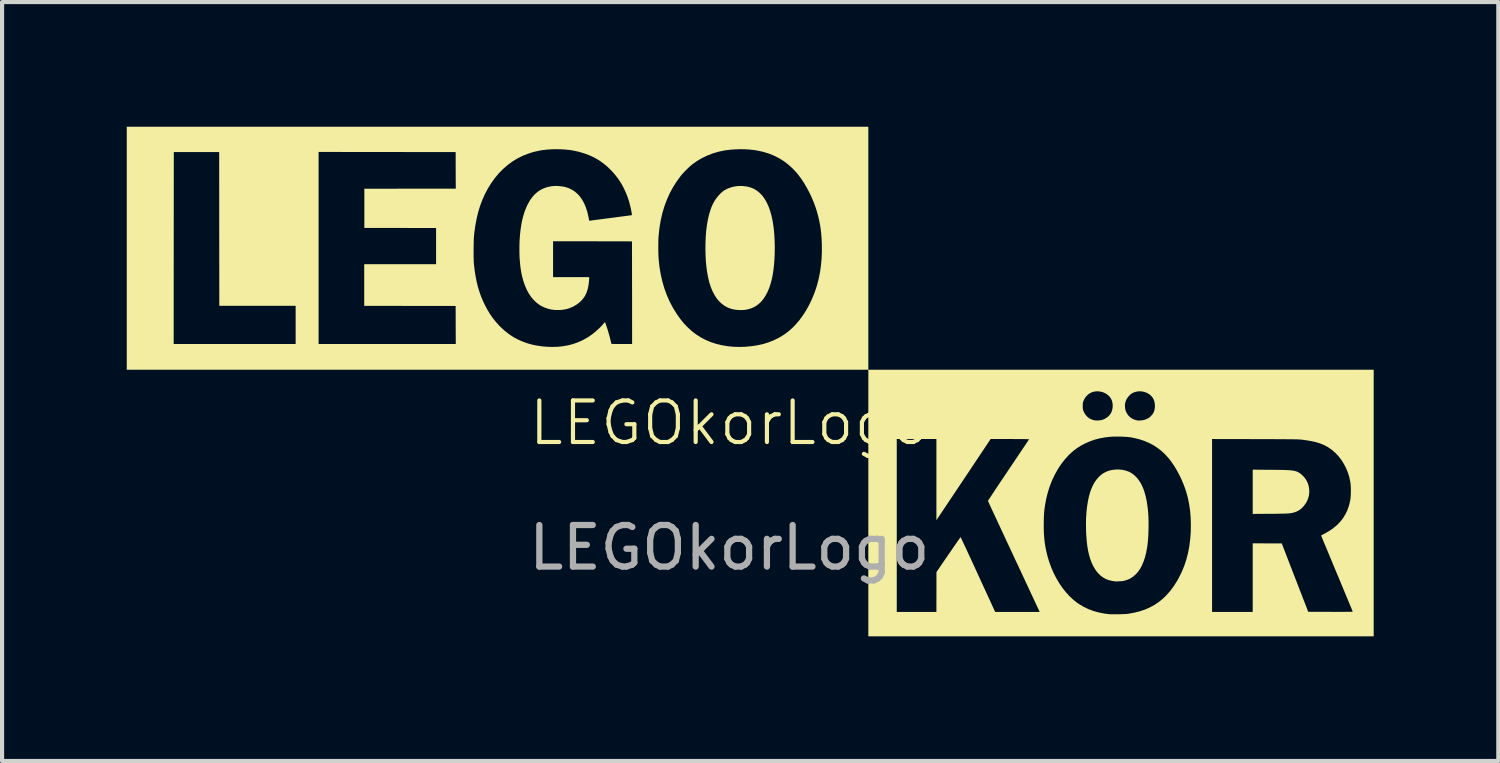
<source format=kicad_pcb>
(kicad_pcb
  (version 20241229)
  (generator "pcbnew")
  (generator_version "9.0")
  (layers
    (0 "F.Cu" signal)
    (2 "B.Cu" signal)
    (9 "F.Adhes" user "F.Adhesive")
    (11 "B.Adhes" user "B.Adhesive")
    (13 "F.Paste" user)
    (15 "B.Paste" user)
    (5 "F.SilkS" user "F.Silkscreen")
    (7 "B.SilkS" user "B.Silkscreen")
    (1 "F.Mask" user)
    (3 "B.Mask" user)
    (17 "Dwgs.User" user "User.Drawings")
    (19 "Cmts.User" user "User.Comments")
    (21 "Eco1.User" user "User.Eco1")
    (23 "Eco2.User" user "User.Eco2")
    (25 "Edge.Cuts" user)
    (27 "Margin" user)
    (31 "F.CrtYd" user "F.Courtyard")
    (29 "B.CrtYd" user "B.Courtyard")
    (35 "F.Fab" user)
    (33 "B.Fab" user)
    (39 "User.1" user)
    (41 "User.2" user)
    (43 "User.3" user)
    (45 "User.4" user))
  (footprint "LEGOkorLogo"
    (layer "F.Cu")
    (at 14.499 7.628)
    (property "Reference" "LEGOkorLogo" (at 0 -0.5 0) (unlocked yes) (layer "F.SilkS") (effects (font (size 1 1) (thickness 0.1))))
    (attr smd)
    (fp_poly (pts (xy 13.012 0.627) (xy 13.101 0.627) (xy 13.179 0.628) (xy 13.248 0.629) (xy 13.307 0.63) (xy 13.358 0.631) (xy 13.402 0.633) (xy 13.44 0.634) (xy 13.474 0.636) (xy 13.503 0.639) (xy 13.53 0.642) (xy 13.555 0.645) (xy 13.579 0.649) (xy 13.603 0.653) (xy 13.608 0.654) (xy 13.658 0.67) (xy 13.708 0.695) (xy 13.757 0.73) (xy 13.804 0.773) (xy 13.847 0.822) (xy 13.884 0.877) (xy 13.918 0.944) (xy 13.941 1.015) (xy 13.953 1.09) (xy 13.955 1.165) (xy 13.947 1.24) (xy 13.928 1.313) (xy 13.9 1.383) (xy 13.866 1.441) (xy 13.816 1.506) (xy 13.762 1.561) (xy 13.704 1.603) (xy 13.641 1.635) (xy 13.596 1.651) (xy 13.574 1.656) (xy 13.553 1.662) (xy 13.532 1.666) (xy 13.509 1.67) (xy 13.485 1.673) (xy 13.458 1.676) (xy 13.426 1.678) (xy 13.39 1.68) (xy 13.347 1.681) (xy 13.298 1.682) (xy 13.24 1.683) (xy 13.174 1.684) (xy 13.097 1.685) (xy 13.01 1.685) (xy 13.006 1.685) (xy 12.594 1.688) (xy 12.594 1.156) (xy 12.594 0.623)) (stroke (width 0) (type solid)) (fill yes) (layer "F.SilkS"))
    (fp_poly (pts (xy 0.403 -6.193) (xy 0.424 -6.19) (xy 0.508 -6.168) (xy 0.587 -6.136) (xy 0.66 -6.093) (xy 0.727 -6.039) (xy 0.789 -5.975) (xy 0.845 -5.9) (xy 0.895 -5.815) (xy 0.94 -5.719) (xy 0.979 -5.613) (xy 1.012 -5.497) (xy 1.04 -5.37) (xy 1.062 -5.232) (xy 1.073 -5.14) (xy 1.084 -5.005) (xy 1.091 -4.867) (xy 1.094 -4.727) (xy 1.092 -4.587) (xy 1.087 -4.45) (xy 1.077 -4.317) (xy 1.063 -4.19) (xy 1.045 -4.071) (xy 1.026 -3.975) (xy 0.995 -3.856) (xy 0.959 -3.747) (xy 0.917 -3.648) (xy 0.869 -3.558) (xy 0.816 -3.479) (xy 0.757 -3.41) (xy 0.693 -3.352) (xy 0.624 -3.304) (xy 0.577 -3.28) (xy 0.526 -3.259) (xy 0.469 -3.241) (xy 0.411 -3.228) (xy 0.383 -3.223) (xy 0.344 -3.219) (xy 0.297 -3.217) (xy 0.247 -3.218) (xy 0.198 -3.22) (xy 0.155 -3.224) (xy 0.14 -3.226) (xy 0.051 -3.245) (xy -0.032 -3.275) (xy -0.109 -3.316) (xy -0.18 -3.367) (xy -0.245 -3.428) (xy -0.305 -3.5) (xy -0.358 -3.583) (xy -0.406 -3.675) (xy -0.448 -3.778) (xy -0.484 -3.891) (xy -0.513 -4.015) (xy -0.537 -4.149) (xy -0.553 -4.271) (xy -0.565 -4.406) (xy -0.572 -4.548) (xy -0.575 -4.694) (xy -0.573 -4.841) (xy -0.567 -4.985) (xy -0.556 -5.122) (xy -0.553 -5.151) (xy -0.536 -5.28) (xy -0.514 -5.402) (xy -0.487 -5.517) (xy -0.455 -5.623) (xy -0.419 -5.719) (xy -0.387 -5.787) (xy -0.353 -5.847) (xy -0.313 -5.907) (xy -0.268 -5.963) (xy -0.22 -6.015) (xy -0.172 -6.06) (xy -0.124 -6.095) (xy -0.117 -6.1) (xy -0.041 -6.14) (xy 0.041 -6.17) (xy 0.128 -6.191) (xy 0.218 -6.202) (xy 0.31 -6.203)) (stroke (width 0) (type solid)) (fill yes) (layer "F.SilkS"))
    (fp_poly (pts (xy 9.389 0.62) (xy 9.467 0.629) (xy 9.542 0.646) (xy 9.612 0.671) (xy 9.676 0.705) (xy 9.698 0.72) (xy 9.76 0.77) (xy 9.817 0.829) (xy 9.867 0.897) (xy 9.913 0.973) (xy 9.953 1.058) (xy 9.987 1.153) (xy 10.017 1.258) (xy 10.042 1.373) (xy 10.061 1.499) (xy 10.07 1.569) (xy 10.079 1.664) (xy 10.085 1.766) (xy 10.088 1.874) (xy 10.088 1.984) (xy 10.086 2.094) (xy 10.082 2.202) (xy 10.075 2.306) (xy 10.066 2.403) (xy 10.054 2.492) (xy 10.052 2.503) (xy 10.029 2.624) (xy 10.001 2.735) (xy 9.967 2.835) (xy 9.929 2.926) (xy 9.886 3.006) (xy 9.837 3.077) (xy 9.793 3.128) (xy 9.732 3.184) (xy 9.668 3.229) (xy 9.599 3.265) (xy 9.523 3.291) (xy 9.488 3.299) (xy 9.467 3.303) (xy 9.438 3.306) (xy 9.404 3.308) (xy 9.368 3.31) (xy 9.334 3.312) (xy 9.305 3.312) (xy 9.282 3.311) (xy 9.275 3.31) (xy 9.261 3.308) (xy 9.241 3.305) (xy 9.217 3.301) (xy 9.216 3.301) (xy 9.136 3.283) (xy 9.061 3.255) (xy 8.991 3.215) (xy 8.925 3.165) (xy 8.865 3.105) (xy 8.811 3.034) (xy 8.762 2.953) (xy 8.751 2.931) (xy 8.714 2.851) (xy 8.682 2.764) (xy 8.655 2.67) (xy 8.632 2.569) (xy 8.614 2.46) (xy 8.6 2.341) (xy 8.59 2.212) (xy 8.585 2.113) (xy 8.582 1.955) (xy 8.584 1.803) (xy 8.593 1.658) (xy 8.607 1.521) (xy 8.627 1.393) (xy 8.652 1.273) (xy 8.683 1.163) (xy 8.709 1.09) (xy 8.748 1.001) (xy 8.794 0.92) (xy 8.846 0.848) (xy 8.904 0.785) (xy 8.966 0.732) (xy 9.013 0.702) (xy 9.08 0.668) (xy 9.153 0.643) (xy 9.23 0.627) (xy 9.309 0.619)) (stroke (width 0) (type solid)) (fill yes) (layer "F.SilkS"))
    (fp_poly (pts (xy 3.345 -4.705) (xy 3.345 -1.782) (xy -5.577 -1.782) (xy -14.499 -1.782) (xy -14.499 -2.4) (xy -13.37 -2.4) (xy -11.903 -2.4) (xy -10.435 -2.4) (xy -10.435 -2.859) (xy -10.435 -3.319) (xy -11.354 -3.319) (xy -12.272 -3.319) (xy -12.274 -5.169) (xy -12.275 -7.019) (xy -12.821 -7.019) (xy -13.367 -7.019) (xy -13.369 -4.71) (xy -13.37 -2.4) (xy -14.499 -2.4) (xy -14.499 -4.705) (xy -14.499 -7.022) (xy -9.883 -7.022) (xy -9.883 -4.711) (xy -9.883 -2.4) (xy -8.233 -2.4) (xy -6.582 -2.4) (xy -6.584 -2.858) (xy -6.585 -3.316) (xy -7.685 -3.317) (xy -8.785 -3.319) (xy -8.785 -3.82) (xy -8.785 -4.321) (xy -7.921 -4.321) (xy -7.056 -4.321) (xy -7.056 -4.628) (xy -6.153 -4.628) (xy -6.153 -4.563) (xy -6.153 -4.501) (xy -6.151 -4.444) (xy -6.15 -4.393) (xy -6.148 -4.352) (xy -6.145 -4.324) (xy -6.128 -4.174) (xy -6.106 -4.034) (xy -6.08 -3.903) (xy -6.05 -3.778) (xy -6.014 -3.66) (xy -5.974 -3.546) (xy -5.927 -3.434) (xy -5.883 -3.341) (xy -5.821 -3.225) (xy -5.757 -3.119) (xy -5.688 -3.02) (xy -5.612 -2.926) (xy -5.529 -2.835) (xy -5.508 -2.814) (xy -5.409 -2.722) (xy -5.306 -2.641) (xy -5.199 -2.569) (xy -5.086 -2.508) (xy -4.967 -2.456) (xy -4.841 -2.412) (xy -4.716 -2.379) (xy -4.61 -2.359) (xy -4.497 -2.343) (xy -4.381 -2.334) (xy -4.266 -2.33) (xy -4.155 -2.333) (xy -4.124 -2.334) (xy -3.998 -2.348) (xy -3.88 -2.369) (xy -3.767 -2.398) (xy -3.657 -2.436) (xy -3.548 -2.483) (xy -3.52 -2.497) (xy -3.413 -2.557) (xy -3.309 -2.627) (xy -3.208 -2.708) (xy -3.113 -2.796) (xy -3.053 -2.86) (xy -2.991 -2.929) (xy -2.974 -2.882) (xy -2.954 -2.824) (xy -2.932 -2.758) (xy -2.911 -2.688) (xy -2.89 -2.616) (xy -2.872 -2.547) (xy -2.857 -2.484) (xy -2.855 -2.478) (xy -2.849 -2.453) (xy -2.844 -2.43) (xy -2.841 -2.415) (xy -2.839 -2.411) (xy -2.838 -2.408) (xy -2.835 -2.406) (xy -2.828 -2.404) (xy -2.818 -2.403) (xy -2.803 -2.402) (xy -2.781 -2.401) (xy -2.752 -2.401) (xy -2.715 -2.4) (xy -2.668 -2.4) (xy -2.61 -2.4) (xy -2.588 -2.4) (xy -2.339 -2.4) (xy -2.34 -3.635) (xy -2.342 -4.746) (xy -1.709 -4.746) (xy -1.709 -4.677) (xy -1.708 -4.609) (xy -1.706 -4.544) (xy -1.703 -4.487) (xy -1.7 -4.438) (xy -1.7 -4.438) (xy -1.68 -4.25) (xy -1.649 -4.07) (xy -1.609 -3.896) (xy -1.56 -3.729) (xy -1.5 -3.567) (xy -1.431 -3.412) (xy -1.351 -3.262) (xy -1.263 -3.121) (xy -1.179 -3.002) (xy -1.091 -2.894) (xy -0.998 -2.797) (xy -0.9 -2.709) (xy -0.797 -2.63) (xy -0.687 -2.56) (xy -0.686 -2.56) (xy -0.571 -2.499) (xy -0.448 -2.447) (xy -0.319 -2.405) (xy -0.184 -2.372) (xy -0.043 -2.348) (xy 0.103 -2.334) (xy 0.253 -2.33) (xy 0.38 -2.334) (xy 0.534 -2.348) (xy 0.679 -2.37) (xy 0.818 -2.401) (xy 0.949 -2.442) (xy 1.074 -2.492) (xy 1.193 -2.551) (xy 1.306 -2.619) (xy 1.414 -2.698) (xy 1.424 -2.706) (xy 1.516 -2.786) (xy 1.604 -2.877) (xy 1.689 -2.977) (xy 1.769 -3.087) (xy 1.845 -3.204) (xy 1.914 -3.328) (xy 1.978 -3.459) (xy 2.035 -3.594) (xy 2.085 -3.733) (xy 2.114 -3.829) (xy 2.153 -3.98) (xy 2.183 -4.133) (xy 2.205 -4.29) (xy 2.22 -4.453) (xy 2.227 -4.622) (xy 2.227 -4.783) (xy 2.221 -4.933) (xy 2.21 -5.074) (xy 2.193 -5.21) (xy 2.169 -5.342) (xy 2.139 -5.474) (xy 2.102 -5.606) (xy 2.084 -5.665) (xy 2.038 -5.793) (xy 1.985 -5.921) (xy 1.926 -6.046) (xy 1.861 -6.168) (xy 1.792 -6.284) (xy 1.72 -6.392) (xy 1.645 -6.491) (xy 1.614 -6.527) (xy 1.519 -6.628) (xy 1.418 -6.719) (xy 1.31 -6.801) (xy 1.196 -6.872) (xy 1.074 -6.933) (xy 0.947 -6.984) (xy 0.812 -7.025) (xy 0.671 -7.056) (xy 0.607 -7.066) (xy 0.498 -7.079) (xy 0.382 -7.086) (xy 0.261 -7.088) (xy 0.14 -7.084) (xy 0.02 -7.075) (xy -0.093 -7.061) (xy -0.13 -7.055) (xy -0.269 -7.025) (xy -0.405 -6.984) (xy -0.535 -6.933) (xy -0.661 -6.872) (xy -0.78 -6.802) (xy -0.892 -6.722) (xy -0.904 -6.712) (xy -0.938 -6.684) (xy -0.976 -6.649) (xy -1.017 -6.609) (xy -1.059 -6.567) (xy -1.099 -6.525) (xy -1.135 -6.486) (xy -1.164 -6.451) (xy -1.167 -6.448) (xy -1.265 -6.314) (xy -1.354 -6.175) (xy -1.433 -6.029) (xy -1.501 -5.877) (xy -1.56 -5.719) (xy -1.61 -5.554) (xy -1.649 -5.383) (xy -1.68 -5.204) (xy -1.7 -5.018) (xy -1.703 -4.984) (xy -1.706 -4.936) (xy -1.708 -4.879) (xy -1.709 -4.815) (xy -1.709 -4.746) (xy -2.342 -4.746) (xy -2.342 -4.87) (xy -3.292 -4.872) (xy -4.241 -4.873) (xy -4.241 -4.441) (xy -4.241 -4.009) (xy -3.806 -4.009) (xy -3.371 -4.009) (xy -3.371 -3.992) (xy -3.372 -3.98) (xy -3.373 -3.959) (xy -3.375 -3.931) (xy -3.377 -3.904) (xy -3.389 -3.806) (xy -3.408 -3.718) (xy -3.435 -3.638) (xy -3.469 -3.565) (xy -3.512 -3.5) (xy -3.563 -3.441) (xy -3.623 -3.387) (xy -3.677 -3.348) (xy -3.758 -3.3) (xy -3.842 -3.264) (xy -3.929 -3.238) (xy -4.021 -3.223) (xy -4.086 -3.218) (xy -4.189 -3.219) (xy -4.288 -3.231) (xy -4.381 -3.254) (xy -4.468 -3.287) (xy -4.55 -3.33) (xy -4.626 -3.384) (xy -4.696 -3.448) (xy -4.761 -3.522) (xy -4.819 -3.606) (xy -4.871 -3.7) (xy -4.916 -3.804) (xy -4.956 -3.917) (xy -4.989 -4.04) (xy -5.004 -4.114) (xy -5.023 -4.224) (xy -5.036 -4.344) (xy -5.046 -4.47) (xy -5.051 -4.601) (xy -5.051 -4.734) (xy -5.048 -4.868) (xy -5.039 -5) (xy -5.026 -5.128) (xy -5.009 -5.248) (xy -4.987 -5.368) (xy -4.959 -5.478) (xy -4.927 -5.582) (xy -4.889 -5.68) (xy -4.85 -5.763) (xy -4.799 -5.853) (xy -4.742 -5.934) (xy -4.68 -6.003) (xy -4.611 -6.063) (xy -4.537 -6.112) (xy -4.456 -6.15) (xy -4.369 -6.179) (xy -4.276 -6.197) (xy -4.22 -6.203) (xy -4.177 -6.204) (xy -4.125 -6.202) (xy -4.071 -6.198) (xy -4.017 -6.191) (xy -3.968 -6.182) (xy -3.953 -6.179) (xy -3.868 -6.152) (xy -3.79 -6.115) (xy -3.717 -6.068) (xy -3.651 -6.011) (xy -3.591 -5.944) (xy -3.538 -5.867) (xy -3.491 -5.781) (xy -3.451 -5.685) (xy -3.417 -5.579) (xy -3.39 -5.465) (xy -3.389 -5.458) (xy -3.384 -5.43) (xy -3.379 -5.405) (xy -3.375 -5.387) (xy -3.374 -5.378) (xy -3.369 -5.368) (xy -3.36 -5.367) (xy -3.354 -5.368) (xy -3.346 -5.369) (xy -3.327 -5.371) (xy -3.297 -5.375) (xy -3.259 -5.381) (xy -3.212 -5.387) (xy -3.158 -5.394) (xy -3.097 -5.402) (xy -3.031 -5.41) (xy -2.961 -5.42) (xy -2.886 -5.429) (xy -2.846 -5.435) (xy -2.77 -5.444) (xy -2.698 -5.454) (xy -2.63 -5.463) (xy -2.568 -5.471) (xy -2.511 -5.478) (xy -2.461 -5.485) (xy -2.419 -5.49) (xy -2.386 -5.495) (xy -2.362 -5.498) (xy -2.349 -5.5) (xy -2.347 -5.5) (xy -2.345 -5.507) (xy -2.345 -5.524) (xy -2.349 -5.549) (xy -2.354 -5.581) (xy -2.361 -5.619) (xy -2.37 -5.661) (xy -2.38 -5.705) (xy -2.391 -5.75) (xy -2.403 -5.795) (xy -2.415 -5.837) (xy -2.417 -5.845) (xy -2.451 -5.946) (xy -2.492 -6.048) (xy -2.538 -6.148) (xy -2.588 -6.242) (xy -2.617 -6.29) (xy -2.685 -6.391) (xy -2.761 -6.488) (xy -2.845 -6.58) (xy -2.933 -6.666) (xy -3.026 -6.743) (xy -3.121 -6.811) (xy -3.155 -6.833) (xy -3.263 -6.893) (xy -3.379 -6.946) (xy -3.502 -6.991) (xy -3.629 -7.028) (xy -3.759 -7.056) (xy -3.821 -7.066) (xy -3.925 -7.078) (xy -4.035 -7.085) (xy -4.149 -7.088) (xy -4.264 -7.086) (xy -4.375 -7.079) (xy -4.482 -7.068) (xy -4.566 -7.054) (xy -4.709 -7.022) (xy -4.846 -6.979) (xy -4.978 -6.926) (xy -5.105 -6.862) (xy -5.225 -6.788) (xy -5.339 -6.703) (xy -5.448 -6.608) (xy -5.55 -6.504) (xy -5.645 -6.389) (xy -5.733 -6.266) (xy -5.811 -6.139) (xy -5.881 -6.007) (xy -5.942 -5.87) (xy -5.996 -5.727) (xy -6.042 -5.577) (xy -6.08 -5.419) (xy -6.111 -5.253) (xy -6.136 -5.078) (xy -6.142 -5.017) (xy -6.145 -4.981) (xy -6.148 -4.936) (xy -6.15 -4.883) (xy -6.151 -4.823) (xy -6.152 -4.76) (xy -6.153 -4.694) (xy -6.153 -4.628) (xy -7.056 -4.628) (xy -7.056 -4.756) (xy -7.056 -5.191) (xy -7.919 -5.193) (xy -8.782 -5.194) (xy -8.782 -5.665) (xy -8.782 -6.136) (xy -7.682 -6.138) (xy -6.582 -6.139) (xy -6.584 -6.579) (xy -6.585 -7.019) (xy -8.234 -7.02) (xy -9.883 -7.022) (xy -14.499 -7.022) (xy -14.499 -7.628) (xy -5.577 -7.628) (xy 3.345 -7.628)) (stroke (width 0) (type solid)) (fill yes) (layer "F.SilkS"))
    (fp_poly (pts (xy 15.505 1.426) (xy 15.505 4.634) (xy 9.425 4.634) (xy 3.345 4.634) (xy 3.345 1.426) (xy 3.345 -0.114) (xy 4.029 -0.114) (xy 4.029 1.966) (xy 4.029 4.046) (xy 4.506 4.046) (xy 4.983 4.046) (xy 4.984 3.567) (xy 4.984 3.088) (xy 5.271 2.668) (xy 5.315 2.605) (xy 5.357 2.544) (xy 5.396 2.487) (xy 5.433 2.434) (xy 5.466 2.386) (xy 5.495 2.344) (xy 5.52 2.309) (xy 5.539 2.281) (xy 5.554 2.261) (xy 5.562 2.249) (xy 5.564 2.247) (xy 5.568 2.252) (xy 5.575 2.267) (xy 5.588 2.293) (xy 5.604 2.327) (xy 5.624 2.37) (xy 5.648 2.421) (xy 5.676 2.48) (xy 5.707 2.546) (xy 5.74 2.618) (xy 5.776 2.696) (xy 5.815 2.779) (xy 5.855 2.867) (xy 5.898 2.959) (xy 5.941 3.054) (xy 5.983 3.145) (xy 6.397 4.046) (xy 6.932 4.046) (xy 7.468 4.046) (xy 7.453 4.014) (xy 7.45 4.006) (xy 7.441 3.987) (xy 7.428 3.959) (xy 7.41 3.921) (xy 7.388 3.874) (xy 7.362 3.819) (xy 7.333 3.755) (xy 7.3 3.685) (xy 7.263 3.607) (xy 7.224 3.523) (xy 7.182 3.432) (xy 7.137 3.337) (xy 7.09 3.236) (xy 7.041 3.13) (xy 6.99 3.021) (xy 6.937 2.908) (xy 6.882 2.792) (xy 6.832 2.683) (xy 6.777 2.565) (xy 6.723 2.45) (xy 6.67 2.338) (xy 6.62 2.229) (xy 6.571 2.125) (xy 6.525 2.026) (xy 6.524 2.024) (xy 7.566 2.024) (xy 7.569 2.145) (xy 7.577 2.259) (xy 7.588 2.368) (xy 7.605 2.474) (xy 7.626 2.581) (xy 7.652 2.689) (xy 7.654 2.697) (xy 7.696 2.839) (xy 7.746 2.976) (xy 7.803 3.109) (xy 7.868 3.235) (xy 7.939 3.355) (xy 8.016 3.468) (xy 8.098 3.572) (xy 8.186 3.668) (xy 8.278 3.754) (xy 8.373 3.829) (xy 8.411 3.855) (xy 8.522 3.921) (xy 8.639 3.978) (xy 8.763 4.024) (xy 8.893 4.06) (xy 9.029 4.087) (xy 9.135 4.1) (xy 9.164 4.102) (xy 9.202 4.103) (xy 9.247 4.103) (xy 9.297 4.103) (xy 9.35 4.103) (xy 9.404 4.102) (xy 9.456 4.1) (xy 9.504 4.098) (xy 9.546 4.096) (xy 9.58 4.093) (xy 9.596 4.091) (xy 9.737 4.066) (xy 9.871 4.033) (xy 9.997 3.991) (xy 10.115 3.94) (xy 10.227 3.879) (xy 10.332 3.809) (xy 10.431 3.729) (xy 10.524 3.639) (xy 10.611 3.539) (xy 10.693 3.428) (xy 10.771 3.306) (xy 10.813 3.232) (xy 10.883 3.091) (xy 10.944 2.945) (xy 10.995 2.793) (xy 11.036 2.635) (xy 11.068 2.471) (xy 11.09 2.3) (xy 11.103 2.123) (xy 11.106 1.966) (xy 11.102 1.791) (xy 11.089 1.624) (xy 11.066 1.463) (xy 11.035 1.308) (xy 10.994 1.156) (xy 10.943 1.008) (xy 10.882 0.862) (xy 10.841 0.776) (xy 10.774 0.649) (xy 10.705 0.533) (xy 10.633 0.428) (xy 10.558 0.333) (xy 10.479 0.248) (xy 10.396 0.171) (xy 10.307 0.102) (xy 10.217 0.042) (xy 10.107 -0.017) (xy 9.989 -0.068) (xy 9.863 -0.109) (xy 9.844 -0.114) (xy 11.616 -0.114) (xy 11.616 1.966) (xy 11.616 4.046) (xy 12.105 4.046) (xy 12.594 4.046) (xy 12.594 3.22) (xy 12.594 2.395) (xy 12.943 2.397) (xy 13.293 2.398) (xy 13.611 3.22) (xy 13.93 4.043) (xy 14.465 4.044) (xy 14.569 4.045) (xy 14.661 4.045) (xy 14.741 4.045) (xy 14.81 4.044) (xy 14.868 4.044) (xy 14.916 4.043) (xy 14.952 4.043) (xy 14.978 4.042) (xy 14.994 4.041) (xy 15 4.04) (xy 15.001 4.04) (xy 14.998 4.033) (xy 14.992 4.017) (xy 14.981 3.99) (xy 14.966 3.954) (xy 14.948 3.91) (xy 14.926 3.857) (xy 14.901 3.797) (xy 14.873 3.729) (xy 14.842 3.656) (xy 14.809 3.576) (xy 14.774 3.491) (xy 14.737 3.402) (xy 14.698 3.308) (xy 14.657 3.211) (xy 14.619 3.12) (xy 14.578 3.021) (xy 14.537 2.924) (xy 14.499 2.831) (xy 14.462 2.742) (xy 14.427 2.658) (xy 14.394 2.579) (xy 14.364 2.506) (xy 14.336 2.44) (xy 14.311 2.381) (xy 14.29 2.329) (xy 14.272 2.286) (xy 14.258 2.251) (xy 14.248 2.226) (xy 14.242 2.211) (xy 14.24 2.206) (xy 14.245 2.203) (xy 14.26 2.196) (xy 14.281 2.185) (xy 14.307 2.171) (xy 14.324 2.162) (xy 14.433 2.1) (xy 14.531 2.033) (xy 14.619 1.959) (xy 14.697 1.88) (xy 14.764 1.795) (xy 14.821 1.703) (xy 14.869 1.605) (xy 14.907 1.501) (xy 14.935 1.389) (xy 14.942 1.351) (xy 14.949 1.302) (xy 14.953 1.245) (xy 14.956 1.182) (xy 14.956 1.117) (xy 14.955 1.052) (xy 14.951 0.991) (xy 14.946 0.937) (xy 14.942 0.913) (xy 14.917 0.798) (xy 14.882 0.687) (xy 14.838 0.581) (xy 14.785 0.48) (xy 14.725 0.385) (xy 14.657 0.298) (xy 14.582 0.219) (xy 14.501 0.148) (xy 14.414 0.087) (xy 14.337 0.044) (xy 14.266 0.011) (xy 14.188 -0.017) (xy 14.103 -0.042) (xy 14.009 -0.063) (xy 13.905 -0.081) (xy 13.791 -0.097) (xy 13.764 -0.1) (xy 13.751 -0.101) (xy 13.737 -0.102) (xy 13.721 -0.103) (xy 13.703 -0.104) (xy 13.682 -0.105) (xy 13.658 -0.106) (xy 13.63 -0.107) (xy 13.596 -0.107) (xy 13.558 -0.108) (xy 13.514 -0.108) (xy 13.464 -0.109) (xy 13.407 -0.109) (xy 13.342 -0.11) (xy 13.269 -0.11) (xy 13.188 -0.11) (xy 13.098 -0.111) (xy 12.997 -0.111) (xy 12.887 -0.111) (xy 12.765 -0.112) (xy 12.643 -0.112) (xy 11.616 -0.114) (xy 9.844 -0.114) (xy 9.732 -0.141) (xy 9.649 -0.156) (xy 9.606 -0.161) (xy 9.553 -0.166) (xy 9.493 -0.169) (xy 9.429 -0.172) (xy 9.364 -0.173) (xy 9.3 -0.173) (xy 9.24 -0.172) (xy 9.187 -0.169) (xy 9.165 -0.168) (xy 9.032 -0.152) (xy 8.907 -0.129) (xy 8.788 -0.098) (xy 8.674 -0.057) (xy 8.562 -0.008) (xy 8.558 -0.006) (xy 8.458 0.047) (xy 8.368 0.104) (xy 8.283 0.168) (xy 8.202 0.239) (xy 8.167 0.273) (xy 8.073 0.376) (xy 7.986 0.489) (xy 7.906 0.609) (xy 7.834 0.738) (xy 7.769 0.874) (xy 7.713 1.015) (xy 7.666 1.163) (xy 7.627 1.315) (xy 7.598 1.471) (xy 7.595 1.492) (xy 7.588 1.541) (xy 7.582 1.584) (xy 7.578 1.623) (xy 7.574 1.662) (xy 7.572 1.701) (xy 7.57 1.744) (xy 7.568 1.793) (xy 7.567 1.85) (xy 7.566 1.894) (xy 7.566 2.024) (xy 6.524 2.024) (xy 6.481 1.932) (xy 6.44 1.843) (xy 6.402 1.761) (xy 6.366 1.685) (xy 6.335 1.617) (xy 6.306 1.556) (xy 6.282 1.502) (xy 6.261 1.458) (xy 6.245 1.422) (xy 6.233 1.396) (xy 6.226 1.38) (xy 6.224 1.375) (xy 6.227 1.369) (xy 6.237 1.353) (xy 6.252 1.329) (xy 6.273 1.297) (xy 6.3 1.257) (xy 6.331 1.209) (xy 6.367 1.155) (xy 6.406 1.095) (xy 6.45 1.03) (xy 6.497 0.959) (xy 6.547 0.885) (xy 6.6 0.806) (xy 6.655 0.724) (xy 6.711 0.64) (xy 6.716 0.633) (xy 6.772 0.549) (xy 6.828 0.467) (xy 6.881 0.388) (xy 6.931 0.313) (xy 6.978 0.242) (xy 7.023 0.177) (xy 7.063 0.116) (xy 7.1 0.062) (xy 7.132 0.014) (xy 7.159 -0.026) (xy 7.181 -0.059) (xy 7.197 -0.084) (xy 7.208 -0.1) (xy 7.212 -0.106) (xy 7.212 -0.106) (xy 7.211 -0.107) (xy 7.205 -0.109) (xy 7.193 -0.11) (xy 7.175 -0.111) (xy 7.15 -0.111) (xy 7.118 -0.112) (xy 7.077 -0.113) (xy 7.028 -0.113) (xy 6.969 -0.113) (xy 6.9 -0.113) (xy 6.82 -0.114) (xy 6.752 -0.114) (xy 6.288 -0.114) (xy 5.636 0.863) (xy 4.983 1.839) (xy 4.983 0.863) (xy 4.983 -0.114) (xy 4.506 -0.114) (xy 4.029 -0.114) (xy 3.345 -0.114) (xy 3.345 -0.909) (xy 8.504 -0.909) (xy 8.504 -0.876) (xy 8.506 -0.851) (xy 8.508 -0.831) (xy 8.513 -0.812) (xy 8.519 -0.794) (xy 8.545 -0.738) (xy 8.579 -0.688) (xy 8.62 -0.644) (xy 8.667 -0.609) (xy 8.718 -0.584) (xy 8.75 -0.574) (xy 8.772 -0.568) (xy 8.793 -0.564) (xy 8.804 -0.562) (xy 8.825 -0.56) (xy 8.855 -0.56) (xy 8.889 -0.562) (xy 8.922 -0.565) (xy 8.951 -0.57) (xy 8.965 -0.573) (xy 9.018 -0.592) (xy 9.069 -0.62) (xy 9.115 -0.654) (xy 9.154 -0.694) (xy 9.184 -0.738) (xy 9.188 -0.746) (xy 9.209 -0.802) (xy 9.222 -0.86) (xy 9.225 -0.906) (xy 9.519 -0.906) (xy 9.525 -0.842) (xy 9.542 -0.782) (xy 9.569 -0.728) (xy 9.604 -0.678) (xy 9.648 -0.636) (xy 9.699 -0.602) (xy 9.756 -0.577) (xy 9.818 -0.561) (xy 9.845 -0.559) (xy 9.879 -0.56) (xy 9.917 -0.563) (xy 9.953 -0.568) (xy 9.984 -0.574) (xy 9.992 -0.576) (xy 10.049 -0.598) (xy 10.098 -0.626) (xy 10.142 -0.663) (xy 10.145 -0.666) (xy 10.183 -0.71) (xy 10.211 -0.756) (xy 10.229 -0.808) (xy 10.239 -0.866) (xy 10.241 -0.912) (xy 10.236 -0.979) (xy 10.222 -1.039) (xy 10.198 -1.092) (xy 10.164 -1.139) (xy 10.12 -1.181) (xy 10.106 -1.191) (xy 10.05 -1.224) (xy 9.989 -1.247) (xy 9.926 -1.26) (xy 9.862 -1.263) (xy 9.798 -1.255) (xy 9.737 -1.237) (xy 9.69 -1.214) (xy 9.662 -1.195) (xy 9.632 -1.167) (xy 9.603 -1.136) (xy 9.578 -1.103) (xy 9.561 -1.076) (xy 9.54 -1.03) (xy 9.527 -0.986) (xy 9.52 -0.941) (xy 9.519 -0.906) (xy 9.225 -0.906) (xy 9.226 -0.92) (xy 9.22 -0.979) (xy 9.207 -1.035) (xy 9.184 -1.086) (xy 9.154 -1.13) (xy 9.148 -1.137) (xy 9.1 -1.181) (xy 9.045 -1.216) (xy 8.985 -1.242) (xy 8.922 -1.257) (xy 8.857 -1.263) (xy 8.793 -1.258) (xy 8.737 -1.244) (xy 8.683 -1.22) (xy 8.633 -1.186) (xy 8.589 -1.143) (xy 8.552 -1.092) (xy 8.524 -1.035) (xy 8.518 -1.02) (xy 8.511 -1) (xy 8.507 -0.98) (xy 8.505 -0.957) (xy 8.504 -0.928) (xy 8.504 -0.909) (xy 3.345 -0.909) (xy 3.345 -1.782) (xy 9.425 -1.782) (xy 15.505 -1.782)) (stroke (width 0) (type solid)) (fill yes) (layer "F.SilkS"))
    (fp_text user "${REFERENCE}" (at 0 2.5 0) (unlocked yes) (layer "F.Fab") (effects (font (size 1 1) (thickness 0.15)))))
  (gr_rect
    (start -3 -3)
    (end 33.003 15.262)
    (stroke (width 0.1) (type default))
    (fill no)
    (layer "Edge.Cuts")))
</source>
